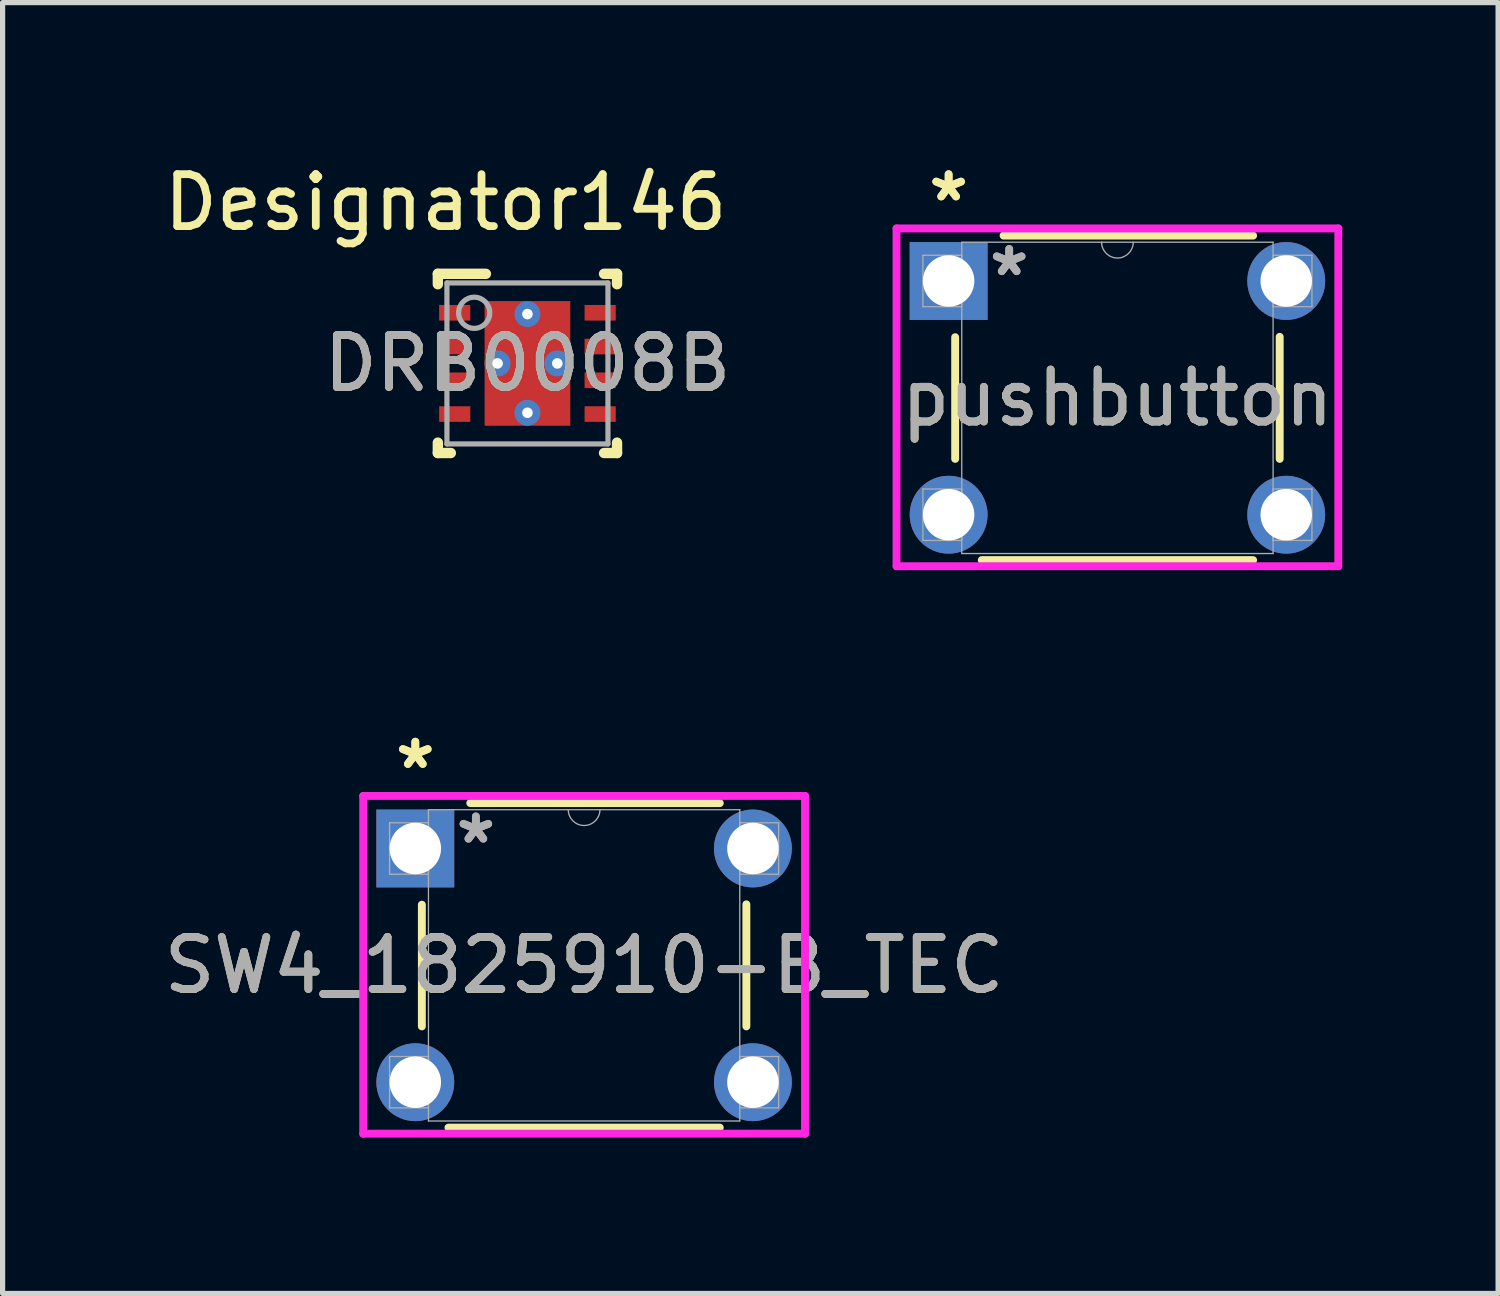
<source format=kicad_pcb>
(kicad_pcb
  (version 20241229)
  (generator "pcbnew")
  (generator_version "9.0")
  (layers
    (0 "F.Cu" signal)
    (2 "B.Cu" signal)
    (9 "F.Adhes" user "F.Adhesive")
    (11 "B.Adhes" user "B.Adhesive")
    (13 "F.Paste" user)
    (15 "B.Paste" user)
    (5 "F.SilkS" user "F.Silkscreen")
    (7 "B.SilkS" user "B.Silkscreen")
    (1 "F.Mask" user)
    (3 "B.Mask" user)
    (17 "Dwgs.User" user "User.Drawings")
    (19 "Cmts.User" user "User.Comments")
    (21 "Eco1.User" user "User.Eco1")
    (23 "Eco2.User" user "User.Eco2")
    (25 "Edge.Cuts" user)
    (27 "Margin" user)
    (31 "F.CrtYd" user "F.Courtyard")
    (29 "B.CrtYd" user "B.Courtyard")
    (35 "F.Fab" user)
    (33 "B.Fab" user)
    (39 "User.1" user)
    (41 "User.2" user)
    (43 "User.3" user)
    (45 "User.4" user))
  (footprint "SW4_1825910-B_TEC"
    (layer "F.Cu")
    (at 11.446 17.786)
    (property "Reference" "SW4_1825910-B_TEC" (at -3.25 -2.25 0) (unlocked yes) (layer "F.SilkS") (effects (font (size 1 1) (thickness 0.15))))
    (attr through_hole)
    (fp_line (start -6.374 -3.418) (end -6.374 -1.075) (stroke (width 0.152) (type solid)) (layer "F.SilkS"))
    (fp_line (start -5.862 0.874) (end -0.638 0.874) (stroke (width 0.152) (type solid)) (layer "F.SilkS"))
    (fp_line (start -0.638 -5.374) (end -5.442 -5.374) (stroke (width 0.152) (type solid)) (layer "F.SilkS"))
    (fp_line (start -0.126 -1.075) (end -0.126 -3.425) (stroke (width 0.152) (type solid)) (layer "F.SilkS"))
    (fp_line (start -7.503 -5.512) (end 1.003 -5.512) (stroke (width 0.152) (type solid)) (layer "F.CrtYd"))
    (fp_line (start -7.503 0.991) (end -7.503 -5.512) (stroke (width 0.152) (type solid)) (layer "F.CrtYd"))
    (fp_line (start 1.003 -5.512) (end 1.003 0.991) (stroke (width 0.152) (type solid)) (layer "F.CrtYd"))
    (fp_line (start 1.003 0.991) (end -7.503 0.991) (stroke (width 0.152) (type solid)) (layer "F.CrtYd"))
    (fp_line (start -6.995 -4.995) (end -6.995 -4.005) (stroke (width 0.025) (type solid)) (layer "F.Fab"))
    (fp_line (start -6.995 -4.005) (end -6.247 -4.005) (stroke (width 0.025) (type solid)) (layer "F.Fab"))
    (fp_line (start -6.995 -0.495) (end -6.995 0.495) (stroke (width 0.025) (type solid)) (layer "F.Fab"))
    (fp_line (start -6.995 0.495) (end -6.247 0.495) (stroke (width 0.025) (type solid)) (layer "F.Fab"))
    (fp_line (start -6.247 -5.247) (end -6.247 0.747) (stroke (width 0.025) (type solid)) (layer "F.Fab"))
    (fp_line (start -6.247 -4.995) (end -6.995 -4.995) (stroke (width 0.025) (type solid)) (layer "F.Fab"))
    (fp_line (start -6.247 -4.005) (end -6.247 -4.995) (stroke (width 0.025) (type solid)) (layer "F.Fab"))
    (fp_line (start -6.247 -0.495) (end -6.995 -0.495) (stroke (width 0.025) (type solid)) (layer "F.Fab"))
    (fp_line (start -6.247 0.495) (end -6.247 -0.495) (stroke (width 0.025) (type solid)) (layer "F.Fab"))
    (fp_line (start -6.247 0.747) (end -0.253 0.747) (stroke (width 0.025) (type solid)) (layer "F.Fab"))
    (fp_line (start -0.253 -5.247) (end -6.247 -5.247) (stroke (width 0.025) (type solid)) (layer "F.Fab"))
    (fp_line (start -0.253 -4.995) (end -0.253 -4.005) (stroke (width 0.025) (type solid)) (layer "F.Fab"))
    (fp_line (start -0.253 -4.005) (end 0.495 -4.005) (stroke (width 0.025) (type solid)) (layer "F.Fab"))
    (fp_line (start -0.253 -0.495) (end -0.253 0.495) (stroke (width 0.025) (type solid)) (layer "F.Fab"))
    (fp_line (start -0.253 0.495) (end 0.495 0.495) (stroke (width 0.025) (type solid)) (layer "F.Fab"))
    (fp_line (start -0.253 0.747) (end -0.253 -5.247) (stroke (width 0.025) (type solid)) (layer "F.Fab"))
    (fp_line (start 0.495 -4.995) (end -0.253 -4.995) (stroke (width 0.025) (type solid)) (layer "F.Fab"))
    (fp_line (start 0.495 -4.005) (end 0.495 -4.995) (stroke (width 0.025) (type solid)) (layer "F.Fab"))
    (fp_line (start 0.495 -0.495) (end -0.253 -0.495) (stroke (width 0.025) (type solid)) (layer "F.Fab"))
    (fp_line (start 0.495 0.495) (end 0.495 -0.495) (stroke (width 0.025) (type solid)) (layer "F.Fab"))
    (fp_arc (start -2.9452 -5.247201) (mid -3.25 -4.942401) (end -3.5548 -5.247201) (stroke (width 0.0254) (type solid)) (layer "F.Fab"))
    (fp_text user "*" (at -6.5 -6.011 0) (layer "F.SilkS") (effects (font (size 1 1) (thickness 0.15))))
    (fp_text user "*" (at -6.5 -6.011 0) (unlocked yes) (layer "F.SilkS") (effects (font (size 1 1) (thickness 0.15))))
    (fp_text user "*" (at -5.334 -4.572 0) (layer "F.Fab") (effects (font (size 1 1) (thickness 0.15))))
    (fp_text user "${REFERENCE}" (at -3.25 -2.25 0) (unlocked yes) (layer "F.Fab") (effects (font (size 1 1) (thickness 0.15))))
    (fp_text user "*" (at -5.334 -4.572 0) (unlocked yes) (layer "F.Fab") (effects (font (size 1 1) (thickness 0.15))))
    (pad "1" thru_hole rect (at -6.5 -4.5) (size 1.499 1.499) (drill 0.991) (layers "*.Cu" "*.Mask"))
    (pad "2" thru_hole circle (at 0 -4.5) (size 1.499 1.499) (drill 0.991) (layers "*.Cu" "*.Mask"))
    (pad "3" thru_hole circle (at -6.5 0) (size 1.499 1.499) (drill 0.991) (layers "*.Cu" "*.Mask"))
    (pad "4" thru_hole circle (at 0 0) (size 1.499 1.499) (drill 0.991) (layers "*.Cu" "*.Mask")))
  (footprint "DRB0008B"
    (layer "F.Cu")
    (at 7.105 3.947)
    (property "Reference" "DRB0008B" (at 0 0 0) (unlocked yes) (layer "F.SilkS") (effects (font (size 1 1) (thickness 0.15))))
    (attr smd)
    (fp_line (start -1.725 1.725) (end -1.725 1.525) (stroke (width 0.2) (type solid)) (layer "F.SilkS"))
    (fp_line (start -1.725 -1.725) (end -0.8 -1.725) (stroke (width 0.2) (type solid)) (layer "F.SilkS"))
    (fp_line (start -1.725 -1.525) (end -1.725 -1.725) (stroke (width 0.2) (type solid)) (layer "F.SilkS"))
    (fp_line (start -1.725 1.725) (end -1.475 1.725) (stroke (width 0.2) (type solid)) (layer "F.SilkS"))
    (fp_line (start 1.475 -1.725) (end 1.725 -1.725) (stroke (width 0.2) (type solid)) (layer "F.SilkS"))
    (fp_line (start 1.475 1.725) (end 1.725 1.725) (stroke (width 0.2) (type solid)) (layer "F.SilkS"))
    (fp_line (start 1.725 -1.525) (end 1.725 -1.725) (stroke (width 0.2) (type solid)) (layer "F.SilkS"))
    (fp_line (start 1.725 1.725) (end 1.725 1.525) (stroke (width 0.2) (type solid)) (layer "F.SilkS"))
    (fp_poly (pts (xy -0.735 -0.148) (xy -0.735 -1.112) (xy -0.734 -1.122) (xy -0.731 -1.131) (xy -0.727 -1.139) (xy -0.721 -1.146) (xy -0.714 -1.152) (xy -0.706 -1.156) (xy -0.697 -1.159) (xy -0.687 -1.16) (xy 0.687 -1.16) (xy 0.697 -1.159) (xy 0.706 -1.156) (xy 0.714 -1.152) (xy 0.721 -1.146) (xy 0.727 -1.139) (xy 0.731 -1.131) (xy 0.734 -1.122) (xy 0.735 -1.112) (xy 0.735 -0.148) (xy 0.734 -0.138) (xy 0.731 -0.129) (xy 0.727 -0.121) (xy 0.721 -0.114) (xy 0.714 -0.108) (xy 0.706 -0.104) (xy 0.697 -0.101) (xy 0.687 -0.1) (xy -0.687 -0.1) (xy -0.697 -0.101) (xy -0.706 -0.104) (xy -0.714 -0.108) (xy -0.721 -0.114) (xy -0.727 -0.121) (xy -0.731 -0.129) (xy -0.734 -0.138)) (stroke (width 0) (type solid)) (fill yes) (layer "F.Paste"))
    (fp_poly (pts (xy -0.735 1.112) (xy -0.735 0.148) (xy -0.734 0.138) (xy -0.731 0.129) (xy -0.727 0.121) (xy -0.721 0.114) (xy -0.714 0.108) (xy -0.706 0.104) (xy -0.697 0.101) (xy -0.687 0.1) (xy 0.687 0.1) (xy 0.697 0.101) (xy 0.706 0.104) (xy 0.714 0.108) (xy 0.721 0.114) (xy 0.727 0.121) (xy 0.731 0.129) (xy 0.734 0.138) (xy 0.735 0.148) (xy 0.735 1.112) (xy 0.734 1.122) (xy 0.731 1.131) (xy 0.727 1.139) (xy 0.721 1.146) (xy 0.714 1.152) (xy 0.706 1.156) (xy 0.697 1.159) (xy 0.687 1.16) (xy -0.687 1.16) (xy -0.697 1.159) (xy -0.706 1.156) (xy -0.714 1.152) (xy -0.721 1.146) (xy -0.727 1.139) (xy -0.731 1.131) (xy -0.734 1.122)) (stroke (width 0) (type solid)) (fill yes) (layer "F.Paste"))
    (fp_line (start -1.55 -1.55) (end 1.55 -1.55) (stroke (width 0.1) (type solid)) (layer "F.Fab"))
    (fp_line (start -1.55 1.55) (end -1.55 -1.55) (stroke (width 0.1) (type solid)) (layer "F.Fab"))
    (fp_line (start -1.55 1.55) (end 1.55 1.55) (stroke (width 0.1) (type solid)) (layer "F.Fab"))
    (fp_line (start 1.55 1.55) (end 1.55 -1.55) (stroke (width 0.1) (type solid)) (layer "F.Fab"))
    (fp_circle (center -1.025 -0.975) (end -0.725 -0.975) (stroke (width 0.1) (type solid)) (fill no) (layer "F.Fab"))
    (fp_text user "Designator146" (at -1.575 -3.099 0) (unlocked yes) (layer "F.SilkS") (effects (font (size 1 1) (thickness 0.15))))
    (fp_text user "${REFERENCE}" (at 0 0 0) (unlocked yes) (layer "F.Fab") (effects (font (size 1 1) (thickness 0.15))))
    (pad "1" smd rect (at -1.4 -0.975 90) (size 0.3 0.6) (layers "F.Cu" "F.Mask" "F.Paste"))
    (pad "2" smd rect (at -1.4 -0.325 90) (size 0.3 0.6) (layers "F.Cu" "F.Mask" "F.Paste"))
    (pad "3" smd rect (at -1.4 0.325 90) (size 0.3 0.6) (layers "F.Cu" "F.Mask" "F.Paste"))
    (pad "4" smd rect (at -1.4 0.975 90) (size 0.3 0.6) (layers "F.Cu" "F.Mask" "F.Paste"))
    (pad "5" smd rect (at 1.4 0.975 90) (size 0.3 0.6) (layers "F.Cu" "F.Mask" "F.Paste"))
    (pad "6" smd rect (at 1.4 0.325 90) (size 0.3 0.6) (layers "F.Cu" "F.Mask" "F.Paste"))
    (pad "7" smd rect (at 1.4 -0.325 90) (size 0.3 0.6) (layers "F.Cu" "F.Mask" "F.Paste"))
    (pad "8" smd rect (at 1.4 -0.975 90) (size 0.3 0.6) (layers "F.Cu" "F.Mask" "F.Paste"))
    (pad "9" thru_hole circle (at -0.575 0) (size 0.5 0.5) (drill 0.203) (layers "*.Cu" "*.Mask"))
    (pad "9" thru_hole circle (at -0.000003 -0.95) (size 0.5 0.5) (drill 0.203) (layers "*.Cu" "*.Mask"))
    (pad "9" thru_hole circle (at -0.000003 0.95) (size 0.5 0.5) (drill 0.203) (layers "*.Cu" "*.Mask"))
    (pad "9" smd rect (at 0 0) (size 1.65 2.4) (layers "F.Cu" "F.Mask"))
    (pad "9" thru_hole circle (at 0.575 0) (size 0.5 0.5) (drill 0.203) (layers "*.Cu" "*.Mask")))
  (footprint "pushbutton"
    (layer "F.Cu")
    (at 21.714 6.86)
    (property "Reference" "pushbutton" (at -3.25 -2.25 0) (unlocked yes) (layer "F.SilkS") (effects (font (size 1 1) (thickness 0.15))))
    (attr through_hole)
    (fp_line (start -6.374 -3.418) (end -6.374 -1.075) (stroke (width 0.152) (type solid)) (layer "F.SilkS"))
    (fp_line (start -5.862 0.874) (end -0.638 0.874) (stroke (width 0.152) (type solid)) (layer "F.SilkS"))
    (fp_line (start -0.638 -5.374) (end -5.442 -5.374) (stroke (width 0.152) (type solid)) (layer "F.SilkS"))
    (fp_line (start -0.126 -1.075) (end -0.126 -3.425) (stroke (width 0.152) (type solid)) (layer "F.SilkS"))
    (fp_line (start -7.503 -5.512) (end 1.003 -5.512) (stroke (width 0.152) (type solid)) (layer "F.CrtYd"))
    (fp_line (start -7.503 0.991) (end -7.503 -5.512) (stroke (width 0.152) (type solid)) (layer "F.CrtYd"))
    (fp_line (start 1.003 -5.512) (end 1.003 0.991) (stroke (width 0.152) (type solid)) (layer "F.CrtYd"))
    (fp_line (start 1.003 0.991) (end -7.503 0.991) (stroke (width 0.152) (type solid)) (layer "F.CrtYd"))
    (fp_line (start -6.995 -4.995) (end -6.995 -4.005) (stroke (width 0.025) (type solid)) (layer "F.Fab"))
    (fp_line (start -6.995 -4.005) (end -6.247 -4.005) (stroke (width 0.025) (type solid)) (layer "F.Fab"))
    (fp_line (start -6.995 -0.495) (end -6.995 0.495) (stroke (width 0.025) (type solid)) (layer "F.Fab"))
    (fp_line (start -6.995 0.495) (end -6.247 0.495) (stroke (width 0.025) (type solid)) (layer "F.Fab"))
    (fp_line (start -6.247 -5.247) (end -6.247 0.747) (stroke (width 0.025) (type solid)) (layer "F.Fab"))
    (fp_line (start -6.247 -4.995) (end -6.995 -4.995) (stroke (width 0.025) (type solid)) (layer "F.Fab"))
    (fp_line (start -6.247 -4.005) (end -6.247 -4.995) (stroke (width 0.025) (type solid)) (layer "F.Fab"))
    (fp_line (start -6.247 -0.495) (end -6.995 -0.495) (stroke (width 0.025) (type solid)) (layer "F.Fab"))
    (fp_line (start -6.247 0.495) (end -6.247 -0.495) (stroke (width 0.025) (type solid)) (layer "F.Fab"))
    (fp_line (start -6.247 0.747) (end -0.253 0.747) (stroke (width 0.025) (type solid)) (layer "F.Fab"))
    (fp_line (start -0.253 -5.247) (end -6.247 -5.247) (stroke (width 0.025) (type solid)) (layer "F.Fab"))
    (fp_line (start -0.253 -4.995) (end -0.253 -4.005) (stroke (width 0.025) (type solid)) (layer "F.Fab"))
    (fp_line (start -0.253 -4.005) (end 0.495 -4.005) (stroke (width 0.025) (type solid)) (layer "F.Fab"))
    (fp_line (start -0.253 -0.495) (end -0.253 0.495) (stroke (width 0.025) (type solid)) (layer "F.Fab"))
    (fp_line (start -0.253 0.495) (end 0.495 0.495) (stroke (width 0.025) (type solid)) (layer "F.Fab"))
    (fp_line (start -0.253 0.747) (end -0.253 -5.247) (stroke (width 0.025) (type solid)) (layer "F.Fab"))
    (fp_line (start 0.495 -4.995) (end -0.253 -4.995) (stroke (width 0.025) (type solid)) (layer "F.Fab"))
    (fp_line (start 0.495 -4.005) (end 0.495 -4.995) (stroke (width 0.025) (type solid)) (layer "F.Fab"))
    (fp_line (start 0.495 -0.495) (end -0.253 -0.495) (stroke (width 0.025) (type solid)) (layer "F.Fab"))
    (fp_line (start 0.495 0.495) (end 0.495 -0.495) (stroke (width 0.025) (type solid)) (layer "F.Fab"))
    (fp_arc (start -2.9452 -5.247201) (mid -3.25 -4.942401) (end -3.5548 -5.247201) (stroke (width 0.0254) (type solid)) (layer "F.Fab"))
    (fp_text user "*" (at -6.5 -6.011 0) (layer "F.SilkS") (effects (font (size 1 1) (thickness 0.15))))
    (fp_text user "*" (at -6.5 -6.011 0) (unlocked yes) (layer "F.SilkS") (effects (font (size 1 1) (thickness 0.15))))
    (fp_text user "*" (at -5.334 -4.572 0) (layer "F.Fab") (effects (font (size 1 1) (thickness 0.15))))
    (fp_text user "${REFERENCE}" (at -3.25 -2.25 0) (unlocked yes) (layer "F.Fab") (effects (font (size 1 1) (thickness 0.15))))
    (fp_text user "*" (at -5.334 -4.572 0) (unlocked yes) (layer "F.Fab") (effects (font (size 1 1) (thickness 0.15))))
    (pad "1" thru_hole rect (at -6.5 -4.5) (size 1.499 1.499) (drill 0.991) (layers "*.Cu" "*.Mask"))
    (pad "1" thru_hole circle (at 0 -4.5) (size 1.499 1.499) (drill 0.991) (layers "*.Cu" "*.Mask"))
    (pad "2" thru_hole circle (at -6.5 0) (size 1.499 1.499) (drill 0.991) (layers "*.Cu" "*.Mask"))
    (pad "2" thru_hole circle (at 0 0) (size 1.499 1.499) (drill 0.991) (layers "*.Cu" "*.Mask")))
  (gr_rect
    (start -3 -3)
    (end 25.793 21.853)
    (stroke (width 0.1) (type default))
    (fill no)
    (layer "Edge.Cuts")))
</source>
